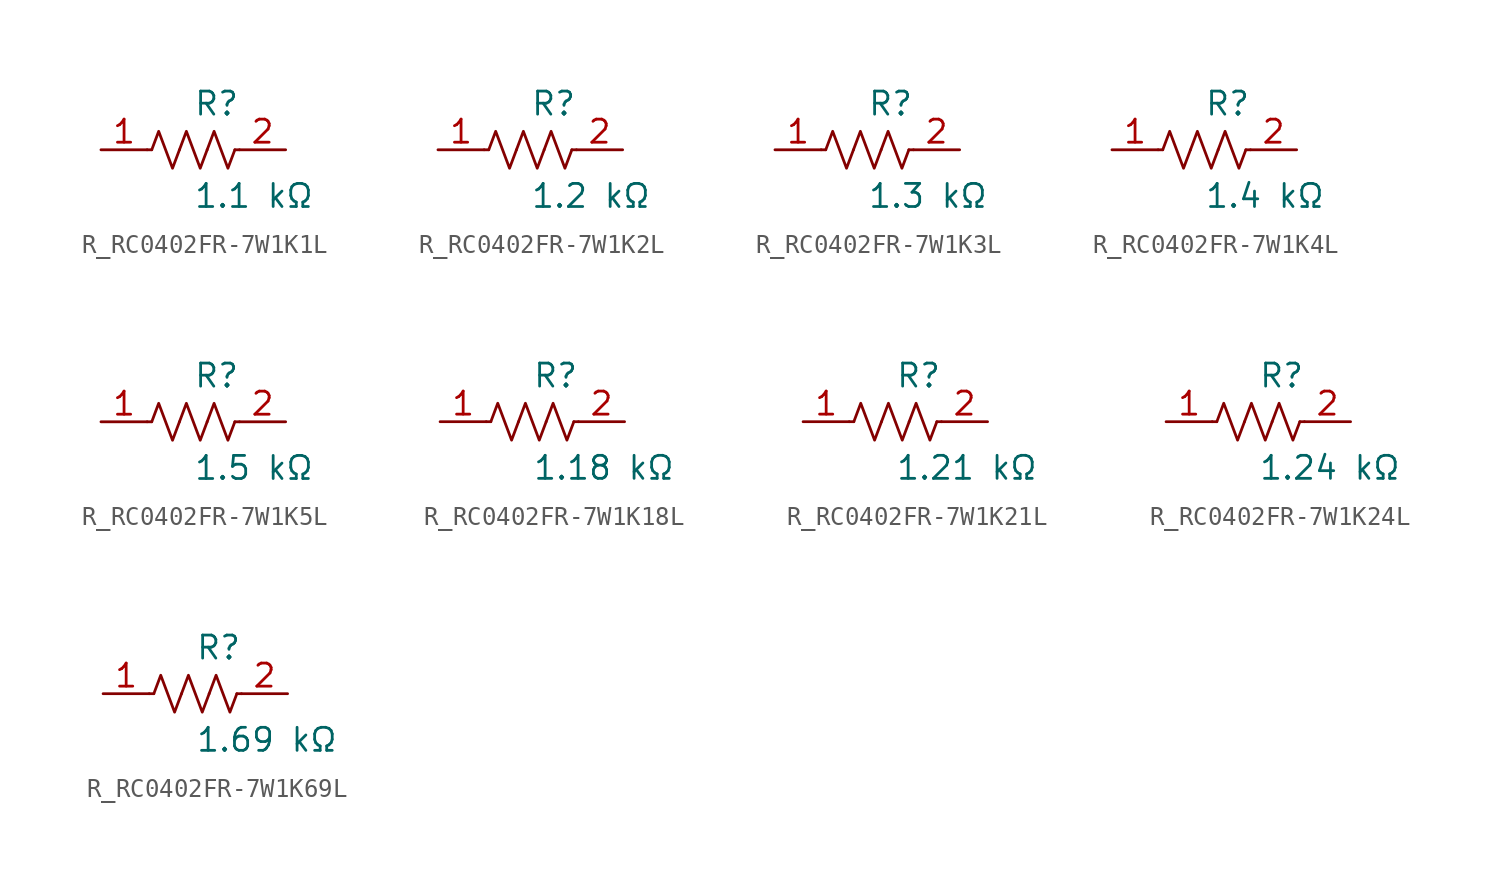
<source format=kicad_sym>
(kicad_symbol_lib
  (version 20231120)
  (generator kicad_symbol_editor)
  (generator_version 8.0)
  (symbol "R_RC0402FR-7W1K1L"
    (pin_names
      (offset 0.254))
    (property "Reference" "R"
      (at 0 2.54 0)
      (effects (font (size 1.27 1.27)) (justify left)))
    (property "Value" "1.1 kΩ"
      (at 0 -2.54 0)
      (effects (font (size 1.27 1.27)) (justify left)))
    (symbol "R_RC0402FR-7W1K1L_0_1"
      (polyline (pts (xy 2.286 0) (xy 2.54 0)) (stroke (width 0) (type default)) (fill (type none)))
      (polyline (pts (xy -2.286 0) (xy -2.54 0)) (stroke (width 0) (type default)) (fill (type none)))
      (polyline (pts (xy 0.762 0) (xy 1.143 1.016) (xy 1.524 0) (xy 1.905 -1.016) (xy 2.286 0)) (stroke (width 0) (type default)) (fill (type none)))
      (polyline (pts (xy -0.762 0) (xy -0.381 1.016) (xy 0 0) (xy 0.381 -1.016) (xy 0.762 0)) (stroke (width 0) (type default)) (fill (type none)))
      (polyline (pts (xy -2.286 0) (xy -1.905 1.016) (xy -1.524 0) (xy -1.143 -1.016) (xy -0.762 0)) (stroke (width 0) (type default)) (fill (type none))))
    (pin passive line
      (at -5.08 0 0)
      (length 2.54)
      (name "" (effects (font (size 1.27 1.27))))
      (number "1" (effects (font (size 1.27 1.27)))))
    (pin passive line
      (at 5.08 0 180)
      (length 2.54)
      (name "" (effects (font (size 1.27 1.27))))
      (number "2" (effects (font (size 1.27 1.27))))))
  (symbol "R_RC0402FR-7W1K2L"
    (pin_names
      (offset 0.254))
    (property "Reference" "R"
      (at 0 2.54 0)
      (effects (font (size 1.27 1.27)) (justify left)))
    (property "Value" "1.2 kΩ"
      (at 0 -2.54 0)
      (effects (font (size 1.27 1.27)) (justify left)))
    (symbol "R_RC0402FR-7W1K2L_0_1"
      (polyline (pts (xy 2.286 0) (xy 2.54 0)) (stroke (width 0) (type default)) (fill (type none)))
      (polyline (pts (xy -2.286 0) (xy -2.54 0)) (stroke (width 0) (type default)) (fill (type none)))
      (polyline (pts (xy 0.762 0) (xy 1.143 1.016) (xy 1.524 0) (xy 1.905 -1.016) (xy 2.286 0)) (stroke (width 0) (type default)) (fill (type none)))
      (polyline (pts (xy -0.762 0) (xy -0.381 1.016) (xy 0 0) (xy 0.381 -1.016) (xy 0.762 0)) (stroke (width 0) (type default)) (fill (type none)))
      (polyline (pts (xy -2.286 0) (xy -1.905 1.016) (xy -1.524 0) (xy -1.143 -1.016) (xy -0.762 0)) (stroke (width 0) (type default)) (fill (type none))))
    (pin passive line
      (at -5.08 0 0)
      (length 2.54)
      (name "" (effects (font (size 1.27 1.27))))
      (number "1" (effects (font (size 1.27 1.27)))))
    (pin passive line
      (at 5.08 0 180)
      (length 2.54)
      (name "" (effects (font (size 1.27 1.27))))
      (number "2" (effects (font (size 1.27 1.27))))))
  (symbol "R_RC0402FR-7W1K3L"
    (pin_names
      (offset 0.254))
    (property "Reference" "R"
      (at 0 2.54 0)
      (effects (font (size 1.27 1.27)) (justify left)))
    (property "Value" "1.3 kΩ"
      (at 0 -2.54 0)
      (effects (font (size 1.27 1.27)) (justify left)))
    (symbol "R_RC0402FR-7W1K3L_0_1"
      (polyline (pts (xy 2.286 0) (xy 2.54 0)) (stroke (width 0) (type default)) (fill (type none)))
      (polyline (pts (xy -2.286 0) (xy -2.54 0)) (stroke (width 0) (type default)) (fill (type none)))
      (polyline (pts (xy 0.762 0) (xy 1.143 1.016) (xy 1.524 0) (xy 1.905 -1.016) (xy 2.286 0)) (stroke (width 0) (type default)) (fill (type none)))
      (polyline (pts (xy -0.762 0) (xy -0.381 1.016) (xy 0 0) (xy 0.381 -1.016) (xy 0.762 0)) (stroke (width 0) (type default)) (fill (type none)))
      (polyline (pts (xy -2.286 0) (xy -1.905 1.016) (xy -1.524 0) (xy -1.143 -1.016) (xy -0.762 0)) (stroke (width 0) (type default)) (fill (type none))))
    (pin passive line
      (at -5.08 0 0)
      (length 2.54)
      (name "" (effects (font (size 1.27 1.27))))
      (number "1" (effects (font (size 1.27 1.27)))))
    (pin passive line
      (at 5.08 0 180)
      (length 2.54)
      (name "" (effects (font (size 1.27 1.27))))
      (number "2" (effects (font (size 1.27 1.27))))))
  (symbol "R_RC0402FR-7W1K4L"
    (pin_names
      (offset 0.254))
    (property "Reference" "R"
      (at 0 2.54 0)
      (effects (font (size 1.27 1.27)) (justify left)))
    (property "Value" "1.4 kΩ"
      (at 0 -2.54 0)
      (effects (font (size 1.27 1.27)) (justify left)))
    (symbol "R_RC0402FR-7W1K4L_0_1"
      (polyline (pts (xy 2.286 0) (xy 2.54 0)) (stroke (width 0) (type default)) (fill (type none)))
      (polyline (pts (xy -2.286 0) (xy -2.54 0)) (stroke (width 0) (type default)) (fill (type none)))
      (polyline (pts (xy 0.762 0) (xy 1.143 1.016) (xy 1.524 0) (xy 1.905 -1.016) (xy 2.286 0)) (stroke (width 0) (type default)) (fill (type none)))
      (polyline (pts (xy -0.762 0) (xy -0.381 1.016) (xy 0 0) (xy 0.381 -1.016) (xy 0.762 0)) (stroke (width 0) (type default)) (fill (type none)))
      (polyline (pts (xy -2.286 0) (xy -1.905 1.016) (xy -1.524 0) (xy -1.143 -1.016) (xy -0.762 0)) (stroke (width 0) (type default)) (fill (type none))))
    (pin passive line
      (at -5.08 0 0)
      (length 2.54)
      (name "" (effects (font (size 1.27 1.27))))
      (number "1" (effects (font (size 1.27 1.27)))))
    (pin passive line
      (at 5.08 0 180)
      (length 2.54)
      (name "" (effects (font (size 1.27 1.27))))
      (number "2" (effects (font (size 1.27 1.27))))))
  (symbol "R_RC0402FR-7W1K5L"
    (pin_names
      (offset 0.254))
    (property "Reference" "R"
      (at 0 2.54 0)
      (effects (font (size 1.27 1.27)) (justify left)))
    (property "Value" "1.5 kΩ"
      (at 0 -2.54 0)
      (effects (font (size 1.27 1.27)) (justify left)))
    (symbol "R_RC0402FR-7W1K5L_0_1"
      (polyline (pts (xy 2.286 0) (xy 2.54 0)) (stroke (width 0) (type default)) (fill (type none)))
      (polyline (pts (xy -2.286 0) (xy -2.54 0)) (stroke (width 0) (type default)) (fill (type none)))
      (polyline (pts (xy 0.762 0) (xy 1.143 1.016) (xy 1.524 0) (xy 1.905 -1.016) (xy 2.286 0)) (stroke (width 0) (type default)) (fill (type none)))
      (polyline (pts (xy -0.762 0) (xy -0.381 1.016) (xy 0 0) (xy 0.381 -1.016) (xy 0.762 0)) (stroke (width 0) (type default)) (fill (type none)))
      (polyline (pts (xy -2.286 0) (xy -1.905 1.016) (xy -1.524 0) (xy -1.143 -1.016) (xy -0.762 0)) (stroke (width 0) (type default)) (fill (type none))))
    (pin passive line
      (at -5.08 0 0)
      (length 2.54)
      (name "" (effects (font (size 1.27 1.27))))
      (number "1" (effects (font (size 1.27 1.27)))))
    (pin passive line
      (at 5.08 0 180)
      (length 2.54)
      (name "" (effects (font (size 1.27 1.27))))
      (number "2" (effects (font (size 1.27 1.27))))))
  (symbol "R_RC0402FR-7W1K18L"
    (pin_names
      (offset 0.254))
    (property "Reference" "R"
      (at 0 2.54 0)
      (effects (font (size 1.27 1.27)) (justify left)))
    (property "Value" "1.18 kΩ"
      (at 0 -2.54 0)
      (effects (font (size 1.27 1.27)) (justify left)))
    (symbol "R_RC0402FR-7W1K18L_0_1"
      (polyline (pts (xy 2.286 0) (xy 2.54 0)) (stroke (width 0) (type default)) (fill (type none)))
      (polyline (pts (xy -2.286 0) (xy -2.54 0)) (stroke (width 0) (type default)) (fill (type none)))
      (polyline (pts (xy 0.762 0) (xy 1.143 1.016) (xy 1.524 0) (xy 1.905 -1.016) (xy 2.286 0)) (stroke (width 0) (type default)) (fill (type none)))
      (polyline (pts (xy -0.762 0) (xy -0.381 1.016) (xy 0 0) (xy 0.381 -1.016) (xy 0.762 0)) (stroke (width 0) (type default)) (fill (type none)))
      (polyline (pts (xy -2.286 0) (xy -1.905 1.016) (xy -1.524 0) (xy -1.143 -1.016) (xy -0.762 0)) (stroke (width 0) (type default)) (fill (type none))))
    (pin passive line
      (at -5.08 0 0)
      (length 2.54)
      (name "" (effects (font (size 1.27 1.27))))
      (number "1" (effects (font (size 1.27 1.27)))))
    (pin passive line
      (at 5.08 0 180)
      (length 2.54)
      (name "" (effects (font (size 1.27 1.27))))
      (number "2" (effects (font (size 1.27 1.27))))))
  (symbol "R_RC0402FR-7W1K21L"
    (pin_names
      (offset 0.254))
    (property "Reference" "R"
      (at 0 2.54 0)
      (effects (font (size 1.27 1.27)) (justify left)))
    (property "Value" "1.21 kΩ"
      (at 0 -2.54 0)
      (effects (font (size 1.27 1.27)) (justify left)))
    (symbol "R_RC0402FR-7W1K21L_0_1"
      (polyline (pts (xy 2.286 0) (xy 2.54 0)) (stroke (width 0) (type default)) (fill (type none)))
      (polyline (pts (xy -2.286 0) (xy -2.54 0)) (stroke (width 0) (type default)) (fill (type none)))
      (polyline (pts (xy 0.762 0) (xy 1.143 1.016) (xy 1.524 0) (xy 1.905 -1.016) (xy 2.286 0)) (stroke (width 0) (type default)) (fill (type none)))
      (polyline (pts (xy -0.762 0) (xy -0.381 1.016) (xy 0 0) (xy 0.381 -1.016) (xy 0.762 0)) (stroke (width 0) (type default)) (fill (type none)))
      (polyline (pts (xy -2.286 0) (xy -1.905 1.016) (xy -1.524 0) (xy -1.143 -1.016) (xy -0.762 0)) (stroke (width 0) (type default)) (fill (type none))))
    (pin passive line
      (at -5.08 0 0)
      (length 2.54)
      (name "" (effects (font (size 1.27 1.27))))
      (number "1" (effects (font (size 1.27 1.27)))))
    (pin passive line
      (at 5.08 0 180)
      (length 2.54)
      (name "" (effects (font (size 1.27 1.27))))
      (number "2" (effects (font (size 1.27 1.27))))))
  (symbol "R_RC0402FR-7W1K24L"
    (pin_names
      (offset 0.254))
    (property "Reference" "R"
      (at 0 2.54 0)
      (effects (font (size 1.27 1.27)) (justify left)))
    (property "Value" "1.24 kΩ"
      (at 0 -2.54 0)
      (effects (font (size 1.27 1.27)) (justify left)))
    (symbol "R_RC0402FR-7W1K24L_0_1"
      (polyline (pts (xy 2.286 0) (xy 2.54 0)) (stroke (width 0) (type default)) (fill (type none)))
      (polyline (pts (xy -2.286 0) (xy -2.54 0)) (stroke (width 0) (type default)) (fill (type none)))
      (polyline (pts (xy 0.762 0) (xy 1.143 1.016) (xy 1.524 0) (xy 1.905 -1.016) (xy 2.286 0)) (stroke (width 0) (type default)) (fill (type none)))
      (polyline (pts (xy -0.762 0) (xy -0.381 1.016) (xy 0 0) (xy 0.381 -1.016) (xy 0.762 0)) (stroke (width 0) (type default)) (fill (type none)))
      (polyline (pts (xy -2.286 0) (xy -1.905 1.016) (xy -1.524 0) (xy -1.143 -1.016) (xy -0.762 0)) (stroke (width 0) (type default)) (fill (type none))))
    (pin passive line
      (at -5.08 0 0)
      (length 2.54)
      (name "" (effects (font (size 1.27 1.27))))
      (number "1" (effects (font (size 1.27 1.27)))))
    (pin passive line
      (at 5.08 0 180)
      (length 2.54)
      (name "" (effects (font (size 1.27 1.27))))
      (number "2" (effects (font (size 1.27 1.27))))))
  (symbol "R_RC0402FR-7W1K69L"
    (pin_names
      (offset 0.254))
    (property "Reference" "R"
      (at 0 2.54 0)
      (effects (font (size 1.27 1.27)) (justify left)))
    (property "Value" "1.69 kΩ"
      (at 0 -2.54 0)
      (effects (font (size 1.27 1.27)) (justify left)))
    (symbol "R_RC0402FR-7W1K69L_0_1"
      (polyline (pts (xy 2.286 0) (xy 2.54 0)) (stroke (width 0) (type default)) (fill (type none)))
      (polyline (pts (xy -2.286 0) (xy -2.54 0)) (stroke (width 0) (type default)) (fill (type none)))
      (polyline (pts (xy 0.762 0) (xy 1.143 1.016) (xy 1.524 0) (xy 1.905 -1.016) (xy 2.286 0)) (stroke (width 0) (type default)) (fill (type none)))
      (polyline (pts (xy -0.762 0) (xy -0.381 1.016) (xy 0 0) (xy 0.381 -1.016) (xy 0.762 0)) (stroke (width 0) (type default)) (fill (type none)))
      (polyline (pts (xy -2.286 0) (xy -1.905 1.016) (xy -1.524 0) (xy -1.143 -1.016) (xy -0.762 0)) (stroke (width 0) (type default)) (fill (type none))))
    (pin passive line
      (at -5.08 0 0)
      (length 2.54)
      (name "" (effects (font (size 1.27 1.27))))
      (number "1" (effects (font (size 1.27 1.27)))))
    (pin passive line
      (at 5.08 0 180)
      (length 2.54)
      (name "" (effects (font (size 1.27 1.27))))
      (number "2" (effects (font (size 1.27 1.27)))))))
</source>
